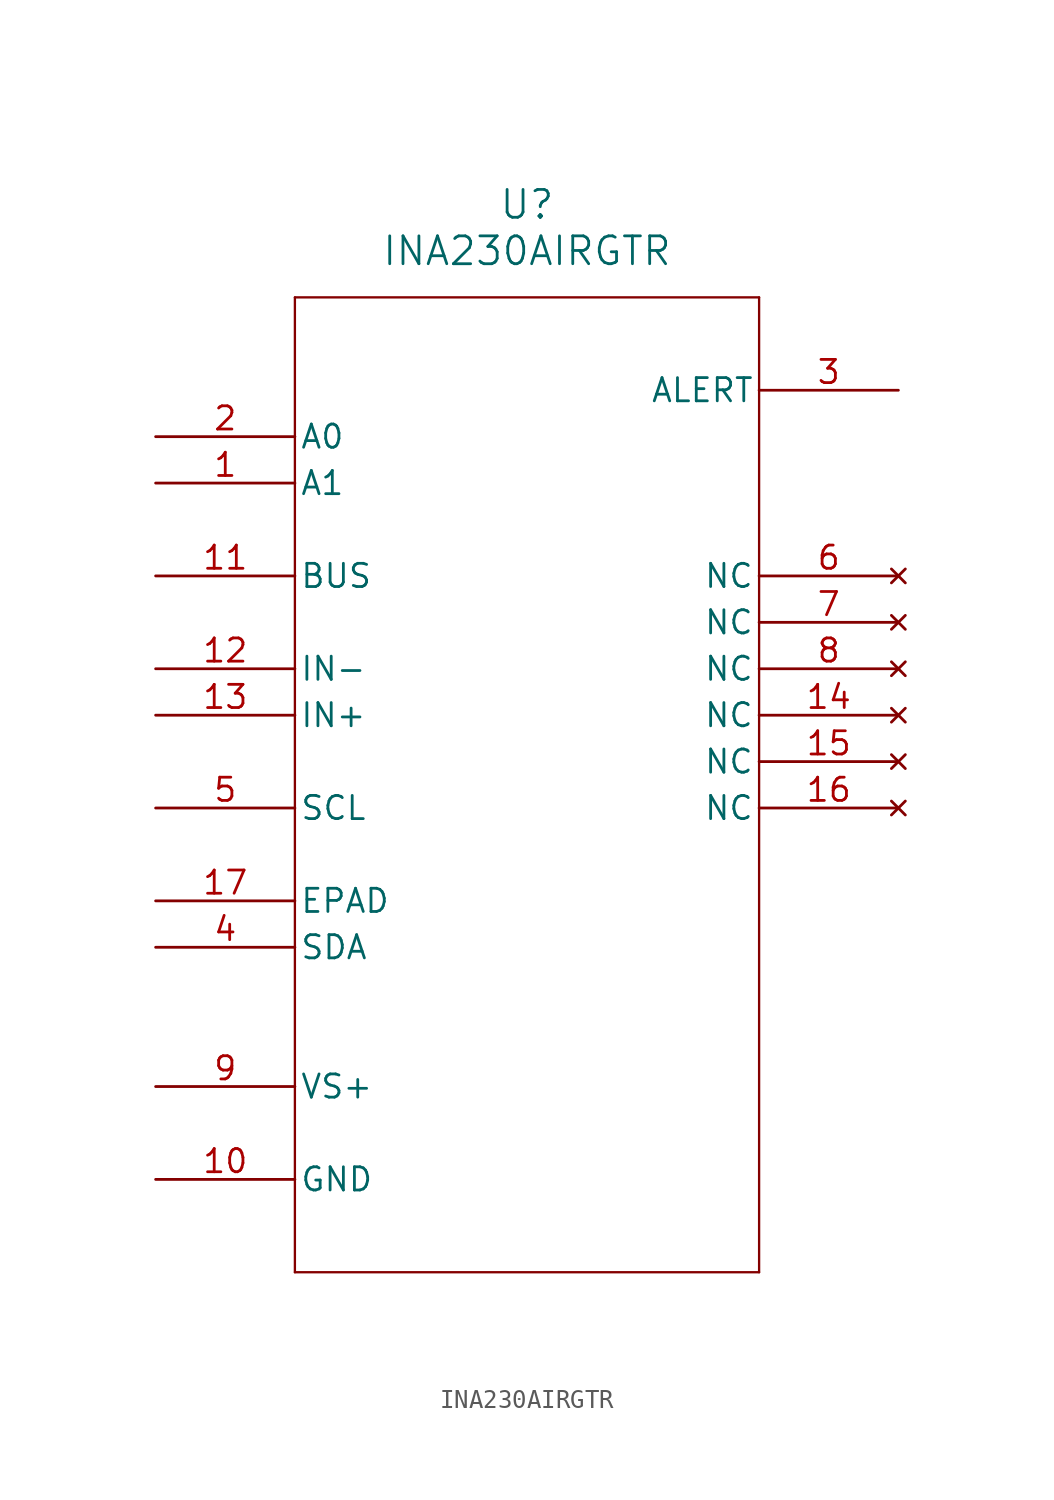
<source format=kicad_sym>
(kicad_symbol_lib
  (version 20211014)
  (generator kicad_symbol_editor)
  (symbol "INA230AIRGTR"
    (pin_names
      (offset 0.254))
    (property "Reference" "U"
      (at 20.32 12.7 0)
      (effects (font (size 1.524 1.524))))
    (property "Value" "INA230AIRGTR"
      (at 20.32 10.16 0)
      (effects (font (size 1.524 1.524))))
    (symbol "INA230AIRGTR_0_1"
      (polyline (pts (xy 7.62 7.62) (xy 7.62 -45.72)) (stroke (width 0.127) (type default) (color 0 0 0 0)) (fill (type none)))
      (polyline (pts (xy 7.62 -45.72) (xy 33.02 -45.72)) (stroke (width 0.127) (type default) (color 0 0 0 0)) (fill (type none)))
      (polyline (pts (xy 33.02 -45.72) (xy 33.02 7.62)) (stroke (width 0.127) (type default) (color 0 0 0 0)) (fill (type none)))
      (polyline (pts (xy 33.02 7.62) (xy 7.62 7.62)) (stroke (width 0.127) (type default) (color 0 0 0 0)) (fill (type none)))
      (pin input line (at 0 -2.54 0) (length 7.62) (name "A1" (effects (font (size 1.27 1.27)))) (number "1" (effects (font (size 1.27 1.27)))))
      (pin input line (at 0 0 0) (length 7.62) (name "A0" (effects (font (size 1.27 1.27)))) (number "2" (effects (font (size 1.27 1.27)))))
      (pin output line (at 40.64 2.54 180) (length 7.62) (name "ALERT" (effects (font (size 1.27 1.27)))) (number "3" (effects (font (size 1.27 1.27)))))
      (pin unspecified line (at 0 -27.94 0) (length 7.62) (name "SDA" (effects (font (size 1.27 1.27)))) (number "4" (effects (font (size 1.27 1.27)))))
      (pin input line (at 0 -20.32 0) (length 7.62) (name "SCL" (effects (font (size 1.27 1.27)))) (number "5" (effects (font (size 1.27 1.27)))))
      (pin no_connect line (at 40.64 -7.62 180) (length 7.62) (name "NC" (effects (font (size 1.27 1.27)))) (number "6" (effects (font (size 1.27 1.27)))))
      (pin no_connect line (at 40.64 -10.16 180) (length 7.62) (name "NC" (effects (font (size 1.27 1.27)))) (number "7" (effects (font (size 1.27 1.27)))))
      (pin no_connect line (at 40.64 -12.7 180) (length 7.62) (name "NC" (effects (font (size 1.27 1.27)))) (number "8" (effects (font (size 1.27 1.27)))))
      (pin power_in line (at 0 -35.56 0) (length 7.62) (name "VS+" (effects (font (size 1.27 1.27)))) (number "9" (effects (font (size 1.27 1.27)))))
      (pin power_in line (at 0 -40.64 0) (length 7.62) (name "GND" (effects (font (size 1.27 1.27)))) (number "10" (effects (font (size 1.27 1.27)))))
      (pin input line (at 0 -7.62 0) (length 7.62) (name "BUS" (effects (font (size 1.27 1.27)))) (number "11" (effects (font (size 1.27 1.27)))))
      (pin input line (at 0 -12.7 0) (length 7.62) (name "IN-" (effects (font (size 1.27 1.27)))) (number "12" (effects (font (size 1.27 1.27)))))
      (pin input line (at 0 -15.24 0) (length 7.62) (name "IN+" (effects (font (size 1.27 1.27)))) (number "13" (effects (font (size 1.27 1.27)))))
      (pin no_connect line (at 40.64 -15.24 180) (length 7.62) (name "NC" (effects (font (size 1.27 1.27)))) (number "14" (effects (font (size 1.27 1.27)))))
      (pin no_connect line (at 40.64 -17.78 180) (length 7.62) (name "NC" (effects (font (size 1.27 1.27)))) (number "15" (effects (font (size 1.27 1.27)))))
      (pin no_connect line (at 40.64 -20.32 180) (length 7.62) (name "NC" (effects (font (size 1.27 1.27)))) (number "16" (effects (font (size 1.27 1.27)))))
      (pin unspecified line (at 0 -25.4 0) (length 7.62) (name "EPAD" (effects (font (size 1.27 1.27)))) (number "17" (effects (font (size 1.27 1.27))))))))
</source>
